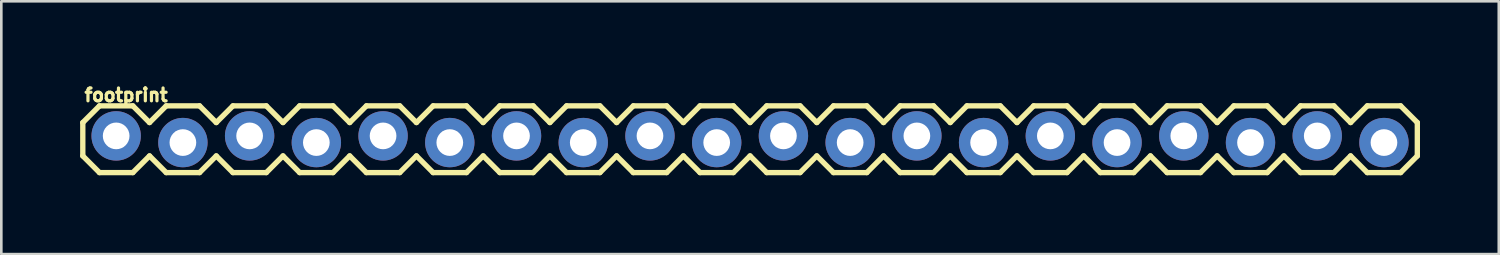
<source format=kicad_pcb>
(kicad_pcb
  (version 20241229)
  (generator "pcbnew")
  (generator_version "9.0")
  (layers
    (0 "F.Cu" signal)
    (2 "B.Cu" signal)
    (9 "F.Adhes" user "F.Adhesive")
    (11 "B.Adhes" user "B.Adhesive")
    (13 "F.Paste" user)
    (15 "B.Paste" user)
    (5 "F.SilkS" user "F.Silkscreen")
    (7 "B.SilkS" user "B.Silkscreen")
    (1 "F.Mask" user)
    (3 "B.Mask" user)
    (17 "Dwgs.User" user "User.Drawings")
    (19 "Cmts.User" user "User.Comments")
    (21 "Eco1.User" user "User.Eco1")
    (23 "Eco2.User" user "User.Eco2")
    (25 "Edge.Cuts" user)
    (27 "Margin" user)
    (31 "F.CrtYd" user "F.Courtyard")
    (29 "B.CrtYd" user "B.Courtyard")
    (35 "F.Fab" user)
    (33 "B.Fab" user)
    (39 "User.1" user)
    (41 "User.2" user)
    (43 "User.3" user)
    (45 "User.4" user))
  (footprint "footprint"
    (layer "F.Cu")
    (at 1.372 2.25)
    (property "Reference" "footprint" (at -1.27 -1.397 0) (layer "F.SilkS") (effects (font (size 0.488 0.488) (thickness 0.122)) (justify left bottom)))
    (fp_line (start -1.27 -0.635) (end -1.27 0.635) (stroke (width 0.203) (type solid)) (layer "F.SilkS"))
    (fp_line (start -1.27 0.635) (end -0.635 1.27) (stroke (width 0.203) (type solid)) (layer "F.SilkS"))
    (fp_line (start -0.635 -1.27) (end -1.27 -0.635) (stroke (width 0.203) (type solid)) (layer "F.SilkS"))
    (fp_line (start -0.635 -1.27) (end 0.635 -1.27) (stroke (width 0.203) (type solid)) (layer "F.SilkS"))
    (fp_line (start 0.635 -1.27) (end 1.27 -0.635) (stroke (width 0.203) (type solid)) (layer "F.SilkS"))
    (fp_line (start 0.635 1.27) (end -0.635 1.27) (stroke (width 0.203) (type solid)) (layer "F.SilkS"))
    (fp_line (start 1.27 -0.635) (end 1.905 -1.27) (stroke (width 0.203) (type solid)) (layer "F.SilkS"))
    (fp_line (start 1.27 0.635) (end 0.635 1.27) (stroke (width 0.203) (type solid)) (layer "F.SilkS"))
    (fp_line (start 1.905 -1.27) (end 3.175 -1.27) (stroke (width 0.203) (type solid)) (layer "F.SilkS"))
    (fp_line (start 1.905 1.27) (end 1.27 0.635) (stroke (width 0.203) (type solid)) (layer "F.SilkS"))
    (fp_line (start 3.175 -1.27) (end 3.81 -0.635) (stroke (width 0.203) (type solid)) (layer "F.SilkS"))
    (fp_line (start 3.175 1.27) (end 1.905 1.27) (stroke (width 0.203) (type solid)) (layer "F.SilkS"))
    (fp_line (start 3.81 -0.635) (end 4.445 -1.27) (stroke (width 0.203) (type solid)) (layer "F.SilkS"))
    (fp_line (start 3.81 0.635) (end 3.175 1.27) (stroke (width 0.203) (type solid)) (layer "F.SilkS"))
    (fp_line (start 4.445 -1.27) (end 5.715 -1.27) (stroke (width 0.203) (type solid)) (layer "F.SilkS"))
    (fp_line (start 4.445 1.27) (end 3.81 0.635) (stroke (width 0.203) (type solid)) (layer "F.SilkS"))
    (fp_line (start 5.715 -1.27) (end 6.35 -0.635) (stroke (width 0.203) (type solid)) (layer "F.SilkS"))
    (fp_line (start 5.715 1.27) (end 4.445 1.27) (stroke (width 0.203) (type solid)) (layer "F.SilkS"))
    (fp_line (start 6.35 0.635) (end 5.715 1.27) (stroke (width 0.203) (type solid)) (layer "F.SilkS"))
    (fp_line (start 6.35 0.635) (end 6.985 1.27) (stroke (width 0.203) (type solid)) (layer "F.SilkS"))
    (fp_line (start 6.985 -1.27) (end 6.35 -0.635) (stroke (width 0.203) (type solid)) (layer "F.SilkS"))
    (fp_line (start 6.985 -1.27) (end 8.255 -1.27) (stroke (width 0.203) (type solid)) (layer "F.SilkS"))
    (fp_line (start 8.255 -1.27) (end 8.89 -0.635) (stroke (width 0.203) (type solid)) (layer "F.SilkS"))
    (fp_line (start 8.255 1.27) (end 6.985 1.27) (stroke (width 0.203) (type solid)) (layer "F.SilkS"))
    (fp_line (start 8.89 -0.635) (end 9.525 -1.27) (stroke (width 0.203) (type solid)) (layer "F.SilkS"))
    (fp_line (start 8.89 0.635) (end 8.255 1.27) (stroke (width 0.203) (type solid)) (layer "F.SilkS"))
    (fp_line (start 9.525 -1.27) (end 10.795 -1.27) (stroke (width 0.203) (type solid)) (layer "F.SilkS"))
    (fp_line (start 9.525 1.27) (end 8.89 0.635) (stroke (width 0.203) (type solid)) (layer "F.SilkS"))
    (fp_line (start 10.795 -1.27) (end 11.43 -0.635) (stroke (width 0.203) (type solid)) (layer "F.SilkS"))
    (fp_line (start 10.795 1.27) (end 9.525 1.27) (stroke (width 0.203) (type solid)) (layer "F.SilkS"))
    (fp_line (start 11.43 -0.635) (end 12.065 -1.27) (stroke (width 0.203) (type solid)) (layer "F.SilkS"))
    (fp_line (start 11.43 0.635) (end 10.795 1.27) (stroke (width 0.203) (type solid)) (layer "F.SilkS"))
    (fp_line (start 12.065 -1.27) (end 13.335 -1.27) (stroke (width 0.203) (type solid)) (layer "F.SilkS"))
    (fp_line (start 12.065 1.27) (end 11.43 0.635) (stroke (width 0.203) (type solid)) (layer "F.SilkS"))
    (fp_line (start 13.335 -1.27) (end 13.97 -0.635) (stroke (width 0.203) (type solid)) (layer "F.SilkS"))
    (fp_line (start 13.335 1.27) (end 12.065 1.27) (stroke (width 0.203) (type solid)) (layer "F.SilkS"))
    (fp_line (start 13.97 0.635) (end 13.335 1.27) (stroke (width 0.203) (type solid)) (layer "F.SilkS"))
    (fp_line (start 13.97 0.635) (end 14.605 1.27) (stroke (width 0.203) (type solid)) (layer "F.SilkS"))
    (fp_line (start 14.605 -1.27) (end 13.97 -0.635) (stroke (width 0.203) (type solid)) (layer "F.SilkS"))
    (fp_line (start 14.605 -1.27) (end 15.875 -1.27) (stroke (width 0.203) (type solid)) (layer "F.SilkS"))
    (fp_line (start 15.875 -1.27) (end 16.51 -0.635) (stroke (width 0.203) (type solid)) (layer "F.SilkS"))
    (fp_line (start 15.875 1.27) (end 14.605 1.27) (stroke (width 0.203) (type solid)) (layer "F.SilkS"))
    (fp_line (start 16.51 0.635) (end 15.875 1.27) (stroke (width 0.203) (type solid)) (layer "F.SilkS"))
    (fp_line (start 16.51 0.635) (end 17.145 1.27) (stroke (width 0.203) (type solid)) (layer "F.SilkS"))
    (fp_line (start 17.145 -1.27) (end 16.51 -0.635) (stroke (width 0.203) (type solid)) (layer "F.SilkS"))
    (fp_line (start 17.145 -1.27) (end 18.415 -1.27) (stroke (width 0.203) (type solid)) (layer "F.SilkS"))
    (fp_line (start 18.415 -1.27) (end 19.05 -0.635) (stroke (width 0.203) (type solid)) (layer "F.SilkS"))
    (fp_line (start 18.415 1.27) (end 17.145 1.27) (stroke (width 0.203) (type solid)) (layer "F.SilkS"))
    (fp_line (start 19.05 -0.635) (end 19.685 -1.27) (stroke (width 0.203) (type solid)) (layer "F.SilkS"))
    (fp_line (start 19.05 0.635) (end 18.415 1.27) (stroke (width 0.203) (type solid)) (layer "F.SilkS"))
    (fp_line (start 19.685 -1.27) (end 20.955 -1.27) (stroke (width 0.203) (type solid)) (layer "F.SilkS"))
    (fp_line (start 19.685 1.27) (end 19.05 0.635) (stroke (width 0.203) (type solid)) (layer "F.SilkS"))
    (fp_line (start 20.955 -1.27) (end 21.59 -0.635) (stroke (width 0.203) (type solid)) (layer "F.SilkS"))
    (fp_line (start 20.955 1.27) (end 19.685 1.27) (stroke (width 0.203) (type solid)) (layer "F.SilkS"))
    (fp_line (start 21.59 -0.635) (end 22.225 -1.27) (stroke (width 0.203) (type solid)) (layer "F.SilkS"))
    (fp_line (start 21.59 0.635) (end 20.955 1.27) (stroke (width 0.203) (type solid)) (layer "F.SilkS"))
    (fp_line (start 22.225 -1.27) (end 23.495 -1.27) (stroke (width 0.203) (type solid)) (layer "F.SilkS"))
    (fp_line (start 22.225 1.27) (end 21.59 0.635) (stroke (width 0.203) (type solid)) (layer "F.SilkS"))
    (fp_line (start 23.495 -1.27) (end 24.13 -0.635) (stroke (width 0.203) (type solid)) (layer "F.SilkS"))
    (fp_line (start 23.495 1.27) (end 22.225 1.27) (stroke (width 0.203) (type solid)) (layer "F.SilkS"))
    (fp_line (start 24.13 0.635) (end 23.495 1.27) (stroke (width 0.203) (type solid)) (layer "F.SilkS"))
    (fp_line (start 24.13 0.635) (end 24.765 1.27) (stroke (width 0.203) (type solid)) (layer "F.SilkS"))
    (fp_line (start 24.765 -1.27) (end 24.13 -0.635) (stroke (width 0.203) (type solid)) (layer "F.SilkS"))
    (fp_line (start 24.765 -1.27) (end 26.035 -1.27) (stroke (width 0.203) (type solid)) (layer "F.SilkS"))
    (fp_line (start 26.035 -1.27) (end 26.67 -0.635) (stroke (width 0.203) (type solid)) (layer "F.SilkS"))
    (fp_line (start 26.035 1.27) (end 24.765 1.27) (stroke (width 0.203) (type solid)) (layer "F.SilkS"))
    (fp_line (start 26.67 -0.635) (end 27.305 -1.27) (stroke (width 0.203) (type solid)) (layer "F.SilkS"))
    (fp_line (start 26.67 0.635) (end 26.035 1.27) (stroke (width 0.203) (type solid)) (layer "F.SilkS"))
    (fp_line (start 27.305 -1.27) (end 28.575 -1.27) (stroke (width 0.203) (type solid)) (layer "F.SilkS"))
    (fp_line (start 27.305 1.27) (end 26.67 0.635) (stroke (width 0.203) (type solid)) (layer "F.SilkS"))
    (fp_line (start 28.575 -1.27) (end 29.21 -0.635) (stroke (width 0.203) (type solid)) (layer "F.SilkS"))
    (fp_line (start 28.575 1.27) (end 27.305 1.27) (stroke (width 0.203) (type solid)) (layer "F.SilkS"))
    (fp_line (start 29.21 -0.635) (end 29.845 -1.27) (stroke (width 0.203) (type solid)) (layer "F.SilkS"))
    (fp_line (start 29.21 0.635) (end 28.575 1.27) (stroke (width 0.203) (type solid)) (layer "F.SilkS"))
    (fp_line (start 29.845 -1.27) (end 31.115 -1.27) (stroke (width 0.203) (type solid)) (layer "F.SilkS"))
    (fp_line (start 29.845 1.27) (end 29.21 0.635) (stroke (width 0.203) (type solid)) (layer "F.SilkS"))
    (fp_line (start 31.115 -1.27) (end 31.75 -0.635) (stroke (width 0.203) (type solid)) (layer "F.SilkS"))
    (fp_line (start 31.115 1.27) (end 29.845 1.27) (stroke (width 0.203) (type solid)) (layer "F.SilkS"))
    (fp_line (start 31.75 0.635) (end 31.115 1.27) (stroke (width 0.203) (type solid)) (layer "F.SilkS"))
    (fp_line (start 31.75 0.635) (end 32.385 1.27) (stroke (width 0.203) (type solid)) (layer "F.SilkS"))
    (fp_line (start 32.385 -1.27) (end 31.75 -0.635) (stroke (width 0.203) (type solid)) (layer "F.SilkS"))
    (fp_line (start 32.385 -1.27) (end 33.655 -1.27) (stroke (width 0.203) (type solid)) (layer "F.SilkS"))
    (fp_line (start 33.655 -1.27) (end 34.29 -0.635) (stroke (width 0.203) (type solid)) (layer "F.SilkS"))
    (fp_line (start 33.655 1.27) (end 32.385 1.27) (stroke (width 0.203) (type solid)) (layer "F.SilkS"))
    (fp_line (start 34.29 0.635) (end 33.655 1.27) (stroke (width 0.203) (type solid)) (layer "F.SilkS"))
    (fp_line (start 34.29 0.635) (end 34.925 1.27) (stroke (width 0.203) (type solid)) (layer "F.SilkS"))
    (fp_line (start 34.925 -1.27) (end 34.29 -0.635) (stroke (width 0.203) (type solid)) (layer "F.SilkS"))
    (fp_line (start 34.925 -1.27) (end 36.195 -1.27) (stroke (width 0.203) (type solid)) (layer "F.SilkS"))
    (fp_line (start 36.195 -1.27) (end 36.83 -0.635) (stroke (width 0.203) (type solid)) (layer "F.SilkS"))
    (fp_line (start 36.195 1.27) (end 34.925 1.27) (stroke (width 0.203) (type solid)) (layer "F.SilkS"))
    (fp_line (start 36.83 0.635) (end 36.195 1.27) (stroke (width 0.203) (type solid)) (layer "F.SilkS"))
    (fp_line (start 36.83 0.635) (end 37.465 1.27) (stroke (width 0.203) (type solid)) (layer "F.SilkS"))
    (fp_line (start 37.465 -1.27) (end 36.83 -0.635) (stroke (width 0.203) (type solid)) (layer "F.SilkS"))
    (fp_line (start 37.465 -1.27) (end 38.735 -1.27) (stroke (width 0.203) (type solid)) (layer "F.SilkS"))
    (fp_line (start 38.735 -1.27) (end 39.37 -0.635) (stroke (width 0.203) (type solid)) (layer "F.SilkS"))
    (fp_line (start 38.735 1.27) (end 37.465 1.27) (stroke (width 0.203) (type solid)) (layer "F.SilkS"))
    (fp_line (start 39.37 0.635) (end 38.735 1.27) (stroke (width 0.203) (type solid)) (layer "F.SilkS"))
    (fp_line (start 39.37 0.635) (end 40.005 1.27) (stroke (width 0.203) (type solid)) (layer "F.SilkS"))
    (fp_line (start 40.005 -1.27) (end 39.37 -0.635) (stroke (width 0.203) (type solid)) (layer "F.SilkS"))
    (fp_line (start 40.005 -1.27) (end 41.275 -1.27) (stroke (width 0.203) (type solid)) (layer "F.SilkS"))
    (fp_line (start 41.275 -1.27) (end 41.91 -0.635) (stroke (width 0.203) (type solid)) (layer "F.SilkS"))
    (fp_line (start 41.275 1.27) (end 40.005 1.27) (stroke (width 0.203) (type solid)) (layer "F.SilkS"))
    (fp_line (start 41.91 0.635) (end 41.275 1.27) (stroke (width 0.203) (type solid)) (layer "F.SilkS"))
    (fp_line (start 41.91 0.635) (end 42.545 1.27) (stroke (width 0.203) (type solid)) (layer "F.SilkS"))
    (fp_line (start 42.545 -1.27) (end 41.91 -0.635) (stroke (width 0.203) (type solid)) (layer "F.SilkS"))
    (fp_line (start 42.545 -1.27) (end 43.815 -1.27) (stroke (width 0.203) (type solid)) (layer "F.SilkS"))
    (fp_line (start 43.815 -1.27) (end 44.45 -0.635) (stroke (width 0.203) (type solid)) (layer "F.SilkS"))
    (fp_line (start 43.815 1.27) (end 42.545 1.27) (stroke (width 0.203) (type solid)) (layer "F.SilkS"))
    (fp_line (start 44.45 0.635) (end 43.815 1.27) (stroke (width 0.203) (type solid)) (layer "F.SilkS"))
    (fp_line (start 44.45 0.635) (end 45.085 1.27) (stroke (width 0.203) (type solid)) (layer "F.SilkS"))
    (fp_line (start 45.085 -1.27) (end 44.45 -0.635) (stroke (width 0.203) (type solid)) (layer "F.SilkS"))
    (fp_line (start 45.085 -1.27) (end 46.355 -1.27) (stroke (width 0.203) (type solid)) (layer "F.SilkS"))
    (fp_line (start 46.355 -1.27) (end 46.99 -0.635) (stroke (width 0.203) (type solid)) (layer "F.SilkS"))
    (fp_line (start 46.355 1.27) (end 45.085 1.27) (stroke (width 0.203) (type solid)) (layer "F.SilkS"))
    (fp_line (start 46.99 0.635) (end 46.355 1.27) (stroke (width 0.203) (type solid)) (layer "F.SilkS"))
    (fp_line (start 46.99 0.635) (end 47.625 1.27) (stroke (width 0.203) (type solid)) (layer "F.SilkS"))
    (fp_line (start 47.625 -1.27) (end 46.99 -0.635) (stroke (width 0.203) (type solid)) (layer "F.SilkS"))
    (fp_line (start 47.625 -1.27) (end 48.895 -1.27) (stroke (width 0.203) (type solid)) (layer "F.SilkS"))
    (fp_line (start 48.895 -1.27) (end 49.53 -0.635) (stroke (width 0.203) (type solid)) (layer "F.SilkS"))
    (fp_line (start 48.895 1.27) (end 47.625 1.27) (stroke (width 0.203) (type solid)) (layer "F.SilkS"))
    (fp_line (start 49.53 -0.635) (end 49.53 0.635) (stroke (width 0.203) (type solid)) (layer "F.SilkS"))
    (fp_line (start 49.53 0.635) (end 48.895 1.27) (stroke (width 0.203) (type solid)) (layer "F.SilkS"))
    (fp_poly (pts (xy -0.254 0.254) (xy 0.254 0.254) (xy 0.254 -0.254) (xy -0.254 -0.254)) (stroke (width 0.1) (type solid)) (fill no) (layer "F.Fab"))
    (fp_poly (pts (xy 2.286 0.254) (xy 2.794 0.254) (xy 2.794 -0.254) (xy 2.286 -0.254)) (stroke (width 0.1) (type solid)) (fill no) (layer "F.Fab"))
    (fp_poly (pts (xy 4.826 0.254) (xy 5.334 0.254) (xy 5.334 -0.254) (xy 4.826 -0.254)) (stroke (width 0.1) (type solid)) (fill no) (layer "F.Fab"))
    (fp_poly (pts (xy 7.366 0.254) (xy 7.874 0.254) (xy 7.874 -0.254) (xy 7.366 -0.254)) (stroke (width 0.1) (type solid)) (fill no) (layer "F.Fab"))
    (fp_poly (pts (xy 9.906 0.254) (xy 10.414 0.254) (xy 10.414 -0.254) (xy 9.906 -0.254)) (stroke (width 0.1) (type solid)) (fill no) (layer "F.Fab"))
    (fp_poly (pts (xy 12.446 0.254) (xy 12.954 0.254) (xy 12.954 -0.254) (xy 12.446 -0.254)) (stroke (width 0.1) (type solid)) (fill no) (layer "F.Fab"))
    (fp_poly (pts (xy 14.986 0.254) (xy 15.494 0.254) (xy 15.494 -0.254) (xy 14.986 -0.254)) (stroke (width 0.1) (type solid)) (fill no) (layer "F.Fab"))
    (fp_poly (pts (xy 17.526 0.254) (xy 18.034 0.254) (xy 18.034 -0.254) (xy 17.526 -0.254)) (stroke (width 0.1) (type solid)) (fill no) (layer "F.Fab"))
    (fp_poly (pts (xy 20.066 0.254) (xy 20.574 0.254) (xy 20.574 -0.254) (xy 20.066 -0.254)) (stroke (width 0.1) (type solid)) (fill no) (layer "F.Fab"))
    (fp_poly (pts (xy 22.606 0.254) (xy 23.114 0.254) (xy 23.114 -0.254) (xy 22.606 -0.254)) (stroke (width 0.1) (type solid)) (fill no) (layer "F.Fab"))
    (fp_poly (pts (xy 25.146 0.254) (xy 25.654 0.254) (xy 25.654 -0.254) (xy 25.146 -0.254)) (stroke (width 0.1) (type solid)) (fill no) (layer "F.Fab"))
    (fp_poly (pts (xy 27.686 0.254) (xy 28.194 0.254) (xy 28.194 -0.254) (xy 27.686 -0.254)) (stroke (width 0.1) (type solid)) (fill no) (layer "F.Fab"))
    (fp_poly (pts (xy 30.226 0.254) (xy 30.734 0.254) (xy 30.734 -0.254) (xy 30.226 -0.254)) (stroke (width 0.1) (type solid)) (fill no) (layer "F.Fab"))
    (fp_poly (pts (xy 32.766 0.254) (xy 33.274 0.254) (xy 33.274 -0.254) (xy 32.766 -0.254)) (stroke (width 0.1) (type solid)) (fill no) (layer "F.Fab"))
    (fp_poly (pts (xy 35.306 0.254) (xy 35.814 0.254) (xy 35.814 -0.254) (xy 35.306 -0.254)) (stroke (width 0.1) (type solid)) (fill no) (layer "F.Fab"))
    (fp_poly (pts (xy 37.846 0.254) (xy 38.354 0.254) (xy 38.354 -0.254) (xy 37.846 -0.254)) (stroke (width 0.1) (type solid)) (fill no) (layer "F.Fab"))
    (fp_poly (pts (xy 40.386 0.254) (xy 40.894 0.254) (xy 40.894 -0.254) (xy 40.386 -0.254)) (stroke (width 0.1) (type solid)) (fill no) (layer "F.Fab"))
    (fp_poly (pts (xy 42.926 0.254) (xy 43.434 0.254) (xy 43.434 -0.254) (xy 42.926 -0.254)) (stroke (width 0.1) (type solid)) (fill no) (layer "F.Fab"))
    (fp_poly (pts (xy 45.466 0.254) (xy 45.974 0.254) (xy 45.974 -0.254) (xy 45.466 -0.254)) (stroke (width 0.1) (type solid)) (fill no) (layer "F.Fab"))
    (fp_poly (pts (xy 48.006 0.254) (xy 48.514 0.254) (xy 48.514 -0.254) (xy 48.006 -0.254)) (stroke (width 0.1) (type solid)) (fill no) (layer "F.Fab"))
    (pad "1" thru_hole circle (at 0 -0.127 90) (size 1.88 1.88) (drill 1.016) (layers "*.Cu" "*.Mask"))
    (pad "2" thru_hole circle (at 2.54 0.127 90) (size 1.88 1.88) (drill 1.016) (layers "*.Cu" "*.Mask"))
    (pad "3" thru_hole circle (at 5.08 -0.127 90) (size 1.88 1.88) (drill 1.016) (layers "*.Cu" "*.Mask"))
    (pad "4" thru_hole circle (at 7.62 0.127 90) (size 1.88 1.88) (drill 1.016) (layers "*.Cu" "*.Mask"))
    (pad "5" thru_hole circle (at 10.16 -0.127 90) (size 1.88 1.88) (drill 1.016) (layers "*.Cu" "*.Mask"))
    (pad "6" thru_hole circle (at 12.7 0.127 90) (size 1.88 1.88) (drill 1.016) (layers "*.Cu" "*.Mask"))
    (pad "7" thru_hole circle (at 15.24 -0.127 90) (size 1.88 1.88) (drill 1.016) (layers "*.Cu" "*.Mask"))
    (pad "8" thru_hole circle (at 17.78 0.127 90) (size 1.88 1.88) (drill 1.016) (layers "*.Cu" "*.Mask"))
    (pad "9" thru_hole circle (at 20.32 -0.127 90) (size 1.88 1.88) (drill 1.016) (layers "*.Cu" "*.Mask"))
    (pad "10" thru_hole circle (at 22.86 0.127 90) (size 1.88 1.88) (drill 1.016) (layers "*.Cu" "*.Mask"))
    (pad "11" thru_hole circle (at 25.4 -0.127 90) (size 1.88 1.88) (drill 1.016) (layers "*.Cu" "*.Mask"))
    (pad "12" thru_hole circle (at 27.94 0.127 90) (size 1.88 1.88) (drill 1.016) (layers "*.Cu" "*.Mask"))
    (pad "13" thru_hole circle (at 30.48 -0.127 90) (size 1.88 1.88) (drill 1.016) (layers "*.Cu" "*.Mask"))
    (pad "14" thru_hole circle (at 33.02 0.127 90) (size 1.88 1.88) (drill 1.016) (layers "*.Cu" "*.Mask"))
    (pad "15" thru_hole circle (at 35.56 -0.127 90) (size 1.88 1.88) (drill 1.016) (layers "*.Cu" "*.Mask"))
    (pad "16" thru_hole circle (at 38.1 0.127 90) (size 1.88 1.88) (drill 1.016) (layers "*.Cu" "*.Mask"))
    (pad "17" thru_hole circle (at 40.64 -0.127 90) (size 1.88 1.88) (drill 1.016) (layers "*.Cu" "*.Mask"))
    (pad "18" thru_hole circle (at 43.18 0.127 90) (size 1.88 1.88) (drill 1.016) (layers "*.Cu" "*.Mask"))
    (pad "19" thru_hole circle (at 45.72 -0.127 90) (size 1.88 1.88) (drill 1.016) (layers "*.Cu" "*.Mask"))
    (pad "20" thru_hole circle (at 48.26 0.127 90) (size 1.88 1.88) (drill 1.016) (layers "*.Cu" "*.Mask")))
  (gr_rect
    (start -3 -3)
    (end 54.003 6.622)
    (stroke (width 0.1) (type default))
    (fill no)
    (layer "Edge.Cuts")))
</source>
